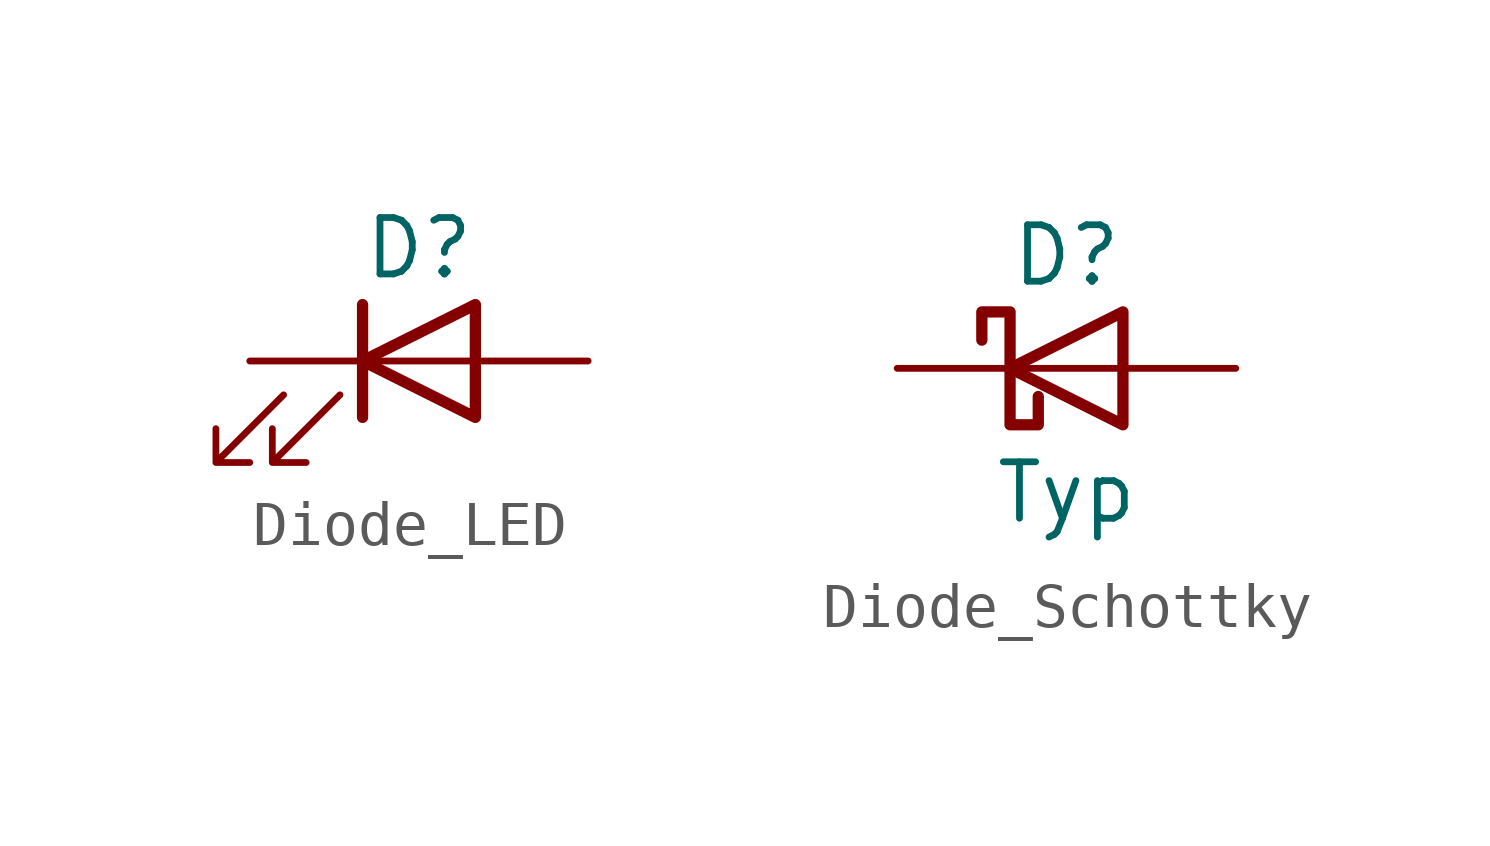
<source format=kicad_sym>
(kicad_symbol_lib
  (version 20231120)
  (generator "kicad_symbol_editor")
  (generator_version "8.0")
  (symbol "Diode_LED"
    (pin_numbers hide)
    (pin_names
      (offset 0) hide)
    (property "Reference" "D"
      (at 0 2.54 0)
      (effects (font (size 1.27 1.27))))
    (symbol "Diode_LED_0_1"
      (polyline (pts (xy -1.27 -1.27) (xy -1.27 1.27)) (stroke (width 0.254) (type default)) (fill (type none)))
      (polyline (pts (xy -1.27 0) (xy 1.27 0)) (stroke (width 0) (type default)) (fill (type none)))
      (polyline (pts (xy 1.27 -1.27) (xy 1.27 1.27) (xy -1.27 0) (xy 1.27 -1.27)) (stroke (width 0.254) (type default)) (fill (type none)))
      (polyline (pts (xy -3.048 -0.762) (xy -4.572 -2.286) (xy -3.81 -2.286) (xy -4.572 -2.286) (xy -4.572 -1.524)) (stroke (width 0) (type default)) (fill (type none)))
      (polyline (pts (xy -1.778 -0.762) (xy -3.302 -2.286) (xy -2.54 -2.286) (xy -3.302 -2.286) (xy -3.302 -1.524)) (stroke (width 0) (type default)) (fill (type none))))
    (symbol "Diode_LED_1_1"
      (pin passive line (at -3.81 0 0) (length 2.54) (name "K" (effects (font (size 1.27 1.27)))) (number "1" (effects (font (size 1.27 1.27)))))
      (pin passive line (at 3.81 0 180) (length 2.54) (name "A" (effects (font (size 1.27 1.27)))) (number "2" (effects (font (size 1.27 1.27)))))))
  (symbol "Diode_Schottky"
    (pin_numbers hide)
    (pin_names
      (offset 0) hide)
    (property "Reference" "D"
      (at 0 2.54 0)
      (effects (font (size 1.27 1.27))))
    (property "Value" "Typ"
      (at 0 -2.794 0)
      (effects (font (size 1.27 1.27))))
    (symbol "Diode_Schottky_0_1"
      (polyline (pts (xy 1.27 0) (xy -1.27 0)) (stroke (width 0) (type default)) (fill (type none)))
      (polyline (pts (xy 1.27 1.27) (xy 1.27 -1.27) (xy -1.27 0) (xy 1.27 1.27)) (stroke (width 0.254) (type default)) (fill (type none)))
      (polyline (pts (xy -1.905 0.635) (xy -1.905 1.27) (xy -1.27 1.27) (xy -1.27 -1.27) (xy -0.635 -1.27) (xy -0.635 -0.635)) (stroke (width 0.254) (type default)) (fill (type none))))
    (symbol "Diode_Schottky_1_1"
      (pin passive line (at -3.81 0 0) (length 2.54) (name "K" (effects (font (size 1.27 1.27)))) (number "1" (effects (font (size 1.27 1.27)))))
      (pin passive line (at 3.81 0 180) (length 2.54) (name "A" (effects (font (size 1.27 1.27)))) (number "2" (effects (font (size 1.27 1.27))))))))
</source>
